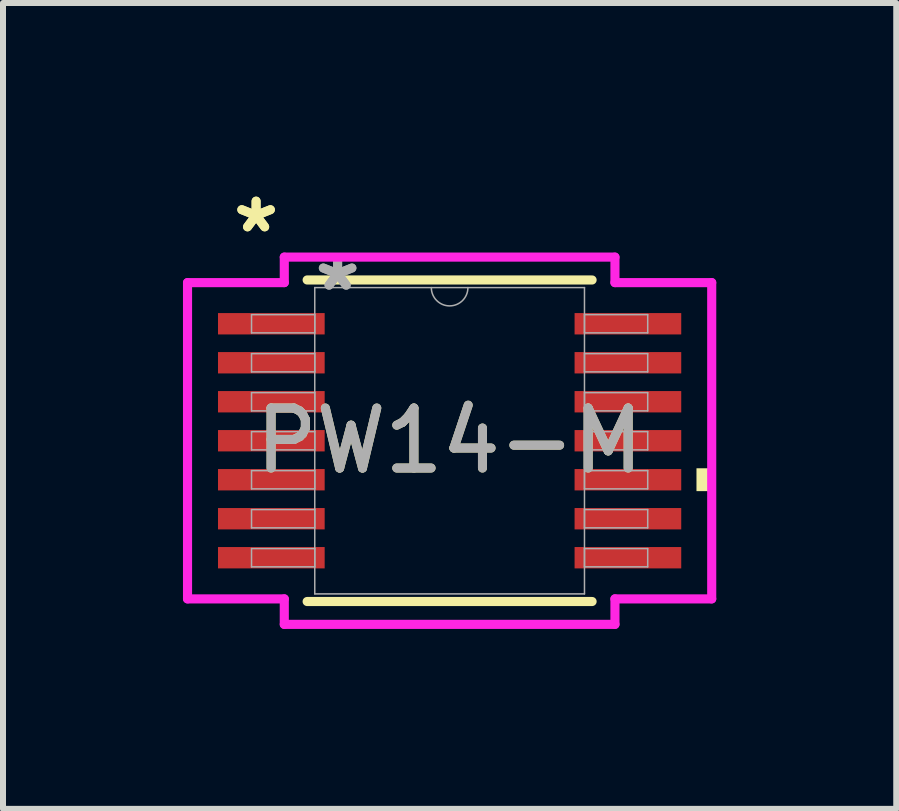
<source format=kicad_pcb>
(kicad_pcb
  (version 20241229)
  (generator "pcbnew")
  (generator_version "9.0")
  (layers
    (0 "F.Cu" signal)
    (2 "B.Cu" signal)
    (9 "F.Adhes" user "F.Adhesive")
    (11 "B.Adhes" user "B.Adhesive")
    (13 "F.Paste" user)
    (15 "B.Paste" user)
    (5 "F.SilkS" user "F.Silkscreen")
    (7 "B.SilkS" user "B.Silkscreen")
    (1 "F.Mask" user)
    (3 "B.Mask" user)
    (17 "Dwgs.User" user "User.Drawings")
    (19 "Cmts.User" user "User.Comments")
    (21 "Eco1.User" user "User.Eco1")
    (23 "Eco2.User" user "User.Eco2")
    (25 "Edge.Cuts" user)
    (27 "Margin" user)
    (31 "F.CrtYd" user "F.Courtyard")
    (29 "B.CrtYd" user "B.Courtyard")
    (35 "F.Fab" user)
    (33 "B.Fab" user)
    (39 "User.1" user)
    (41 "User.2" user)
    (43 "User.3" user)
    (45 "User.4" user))
  (footprint "PW14-M"
    (layer "F.Cu")
    (at 4.445 4.297)
    (property "Reference" "PW14-M" (at 0 0 0) (unlocked yes) (layer "F.SilkS") (effects (font (size 1 1) (thickness 0.15))))
    (attr smd)
    (fp_line (start -2.375 2.68) (end 2.375 2.68) (stroke (width 0.152) (type solid)) (layer "F.SilkS"))
    (fp_line (start 2.375 -2.68) (end -2.375 -2.68) (stroke (width 0.152) (type solid)) (layer "F.SilkS"))
    (fp_poly (pts (xy 4.369 0.459) (xy 4.369 0.84) (xy 4.115 0.84) (xy 4.115 0.459)) (stroke (width 0) (type solid)) (fill yes) (layer "F.SilkS"))
    (fp_line (start -4.369 -2.636) (end -2.756 -2.636) (stroke (width 0.152) (type solid)) (layer "F.CrtYd"))
    (fp_line (start -4.369 2.636) (end -4.369 -2.636) (stroke (width 0.152) (type solid)) (layer "F.CrtYd"))
    (fp_line (start -4.369 2.636) (end -2.756 2.636) (stroke (width 0.152) (type solid)) (layer "F.CrtYd"))
    (fp_line (start -2.756 -3.061) (end 2.756 -3.061) (stroke (width 0.152) (type solid)) (layer "F.CrtYd"))
    (fp_line (start -2.756 -2.636) (end -2.756 -3.061) (stroke (width 0.152) (type solid)) (layer "F.CrtYd"))
    (fp_line (start -2.756 3.061) (end -2.756 2.636) (stroke (width 0.152) (type solid)) (layer "F.CrtYd"))
    (fp_line (start 2.756 -3.061) (end 2.756 -2.636) (stroke (width 0.152) (type solid)) (layer "F.CrtYd"))
    (fp_line (start 2.756 2.636) (end 2.756 3.061) (stroke (width 0.152) (type solid)) (layer "F.CrtYd"))
    (fp_line (start 2.756 3.061) (end -2.756 3.061) (stroke (width 0.152) (type solid)) (layer "F.CrtYd"))
    (fp_line (start 4.369 -2.636) (end 2.756 -2.636) (stroke (width 0.152) (type solid)) (layer "F.CrtYd"))
    (fp_line (start 4.369 -2.636) (end 4.369 2.636) (stroke (width 0.152) (type solid)) (layer "F.CrtYd"))
    (fp_line (start 4.369 2.636) (end 2.756 2.636) (stroke (width 0.152) (type solid)) (layer "F.CrtYd"))
    (fp_line (start -3.302 -2.102) (end -3.302 -1.798) (stroke (width 0.025) (type solid)) (layer "F.Fab"))
    (fp_line (start -3.302 -1.798) (end -2.248 -1.798) (stroke (width 0.025) (type solid)) (layer "F.Fab"))
    (fp_line (start -3.302 -1.452) (end -3.302 -1.148) (stroke (width 0.025) (type solid)) (layer "F.Fab"))
    (fp_line (start -3.302 -1.148) (end -2.248 -1.148) (stroke (width 0.025) (type solid)) (layer "F.Fab"))
    (fp_line (start -3.302 -0.802) (end -3.302 -0.498) (stroke (width 0.025) (type solid)) (layer "F.Fab"))
    (fp_line (start -3.302 -0.498) (end -2.248 -0.498) (stroke (width 0.025) (type solid)) (layer "F.Fab"))
    (fp_line (start -3.302 -0.152) (end -3.302 0.152) (stroke (width 0.025) (type solid)) (layer "F.Fab"))
    (fp_line (start -3.302 0.152) (end -2.248 0.152) (stroke (width 0.025) (type solid)) (layer "F.Fab"))
    (fp_line (start -3.302 0.498) (end -3.302 0.802) (stroke (width 0.025) (type solid)) (layer "F.Fab"))
    (fp_line (start -3.302 0.802) (end -2.248 0.802) (stroke (width 0.025) (type solid)) (layer "F.Fab"))
    (fp_line (start -3.302 1.148) (end -3.302 1.452) (stroke (width 0.025) (type solid)) (layer "F.Fab"))
    (fp_line (start -3.302 1.452) (end -2.248 1.452) (stroke (width 0.025) (type solid)) (layer "F.Fab"))
    (fp_line (start -3.302 1.798) (end -3.302 2.102) (stroke (width 0.025) (type solid)) (layer "F.Fab"))
    (fp_line (start -3.302 2.102) (end -2.248 2.102) (stroke (width 0.025) (type solid)) (layer "F.Fab"))
    (fp_line (start -2.248 -2.553) (end -2.248 2.553) (stroke (width 0.025) (type solid)) (layer "F.Fab"))
    (fp_line (start -2.248 -2.102) (end -3.302 -2.102) (stroke (width 0.025) (type solid)) (layer "F.Fab"))
    (fp_line (start -2.248 -1.798) (end -2.248 -2.102) (stroke (width 0.025) (type solid)) (layer "F.Fab"))
    (fp_line (start -2.248 -1.452) (end -3.302 -1.452) (stroke (width 0.025) (type solid)) (layer "F.Fab"))
    (fp_line (start -2.248 -1.148) (end -2.248 -1.452) (stroke (width 0.025) (type solid)) (layer "F.Fab"))
    (fp_line (start -2.248 -0.802) (end -3.302 -0.802) (stroke (width 0.025) (type solid)) (layer "F.Fab"))
    (fp_line (start -2.248 -0.498) (end -2.248 -0.802) (stroke (width 0.025) (type solid)) (layer "F.Fab"))
    (fp_line (start -2.248 -0.152) (end -3.302 -0.152) (stroke (width 0.025) (type solid)) (layer "F.Fab"))
    (fp_line (start -2.248 0.152) (end -2.248 -0.152) (stroke (width 0.025) (type solid)) (layer "F.Fab"))
    (fp_line (start -2.248 0.498) (end -3.302 0.498) (stroke (width 0.025) (type solid)) (layer "F.Fab"))
    (fp_line (start -2.248 0.802) (end -2.248 0.498) (stroke (width 0.025) (type solid)) (layer "F.Fab"))
    (fp_line (start -2.248 1.148) (end -3.302 1.148) (stroke (width 0.025) (type solid)) (layer "F.Fab"))
    (fp_line (start -2.248 1.452) (end -2.248 1.148) (stroke (width 0.025) (type solid)) (layer "F.Fab"))
    (fp_line (start -2.248 1.798) (end -3.302 1.798) (stroke (width 0.025) (type solid)) (layer "F.Fab"))
    (fp_line (start -2.248 2.102) (end -2.248 1.798) (stroke (width 0.025) (type solid)) (layer "F.Fab"))
    (fp_line (start -2.248 2.553) (end 2.248 2.553) (stroke (width 0.025) (type solid)) (layer "F.Fab"))
    (fp_line (start 2.248 -2.553) (end -2.248 -2.553) (stroke (width 0.025) (type solid)) (layer "F.Fab"))
    (fp_line (start 2.248 -2.102) (end 2.248 -1.798) (stroke (width 0.025) (type solid)) (layer "F.Fab"))
    (fp_line (start 2.248 -1.798) (end 3.302 -1.798) (stroke (width 0.025) (type solid)) (layer "F.Fab"))
    (fp_line (start 2.248 -1.452) (end 2.248 -1.148) (stroke (width 0.025) (type solid)) (layer "F.Fab"))
    (fp_line (start 2.248 -1.148) (end 3.302 -1.148) (stroke (width 0.025) (type solid)) (layer "F.Fab"))
    (fp_line (start 2.248 -0.802) (end 2.248 -0.498) (stroke (width 0.025) (type solid)) (layer "F.Fab"))
    (fp_line (start 2.248 -0.498) (end 3.302 -0.498) (stroke (width 0.025) (type solid)) (layer "F.Fab"))
    (fp_line (start 2.248 -0.152) (end 2.248 0.152) (stroke (width 0.025) (type solid)) (layer "F.Fab"))
    (fp_line (start 2.248 0.152) (end 3.302 0.152) (stroke (width 0.025) (type solid)) (layer "F.Fab"))
    (fp_line (start 2.248 0.498) (end 2.248 0.802) (stroke (width 0.025) (type solid)) (layer "F.Fab"))
    (fp_line (start 2.248 0.802) (end 3.302 0.802) (stroke (width 0.025) (type solid)) (layer "F.Fab"))
    (fp_line (start 2.248 1.148) (end 2.248 1.452) (stroke (width 0.025) (type solid)) (layer "F.Fab"))
    (fp_line (start 2.248 1.452) (end 3.302 1.452) (stroke (width 0.025) (type solid)) (layer "F.Fab"))
    (fp_line (start 2.248 1.798) (end 2.248 2.102) (stroke (width 0.025) (type solid)) (layer "F.Fab"))
    (fp_line (start 2.248 2.102) (end 3.302 2.102) (stroke (width 0.025) (type solid)) (layer "F.Fab"))
    (fp_line (start 2.248 2.553) (end 2.248 -2.553) (stroke (width 0.025) (type solid)) (layer "F.Fab"))
    (fp_line (start 3.302 -2.102) (end 2.248 -2.102) (stroke (width 0.025) (type solid)) (layer "F.Fab"))
    (fp_line (start 3.302 -1.798) (end 3.302 -2.102) (stroke (width 0.025) (type solid)) (layer "F.Fab"))
    (fp_line (start 3.302 -1.452) (end 2.248 -1.452) (stroke (width 0.025) (type solid)) (layer "F.Fab"))
    (fp_line (start 3.302 -1.148) (end 3.302 -1.452) (stroke (width 0.025) (type solid)) (layer "F.Fab"))
    (fp_line (start 3.302 -0.802) (end 2.248 -0.802) (stroke (width 0.025) (type solid)) (layer "F.Fab"))
    (fp_line (start 3.302 -0.498) (end 3.302 -0.802) (stroke (width 0.025) (type solid)) (layer "F.Fab"))
    (fp_line (start 3.302 -0.152) (end 2.248 -0.152) (stroke (width 0.025) (type solid)) (layer "F.Fab"))
    (fp_line (start 3.302 0.152) (end 3.302 -0.152) (stroke (width 0.025) (type solid)) (layer "F.Fab"))
    (fp_line (start 3.302 0.498) (end 2.248 0.498) (stroke (width 0.025) (type solid)) (layer "F.Fab"))
    (fp_line (start 3.302 0.802) (end 3.302 0.498) (stroke (width 0.025) (type solid)) (layer "F.Fab"))
    (fp_line (start 3.302 1.148) (end 2.248 1.148) (stroke (width 0.025) (type solid)) (layer "F.Fab"))
    (fp_line (start 3.302 1.452) (end 3.302 1.148) (stroke (width 0.025) (type solid)) (layer "F.Fab"))
    (fp_line (start 3.302 1.798) (end 2.248 1.798) (stroke (width 0.025) (type solid)) (layer "F.Fab"))
    (fp_line (start 3.302 2.102) (end 3.302 1.798) (stroke (width 0.025) (type solid)) (layer "F.Fab"))
    (fp_arc (start 0.3048 -2.5527) (mid 0 -2.2479) (end -0.3048 -2.5527) (stroke (width 0.0254) (type solid)) (layer "F.Fab"))
    (fp_text user "*" (at -3.226 -3.449 0) (unlocked yes) (layer "F.SilkS") (effects (font (size 1 1) (thickness 0.15))))
    (fp_text user "*" (at -3.226 -3.449 0) (layer "F.SilkS") (effects (font (size 1 1) (thickness 0.15))))
    (fp_text user "${REFERENCE}" (at 0 0 0) (unlocked yes) (layer "F.Fab") (effects (font (size 1 1) (thickness 0.15))))
    (fp_text user "*" (at -1.867 -2.477 0) (unlocked yes) (layer "F.Fab") (effects (font (size 1 1) (thickness 0.15))))
    (fp_text user "*" (at -1.867 -2.477 0) (layer "F.Fab") (effects (font (size 1 1) (thickness 0.15))))
    (pad "1" smd rect (at -2.972 -1.95) (size 1.778 0.356) (layers "F.Cu" "F.Mask" "F.Paste"))
    (pad "2" smd rect (at -2.972 -1.3) (size 1.778 0.356) (layers "F.Cu" "F.Mask" "F.Paste"))
    (pad "3" smd rect (at -2.972 -0.65) (size 1.778 0.356) (layers "F.Cu" "F.Mask" "F.Paste"))
    (pad "4" smd rect (at -2.972 0) (size 1.778 0.356) (layers "F.Cu" "F.Mask" "F.Paste"))
    (pad "5" smd rect (at -2.972 0.65) (size 1.778 0.356) (layers "F.Cu" "F.Mask" "F.Paste"))
    (pad "6" smd rect (at -2.972 1.3) (size 1.778 0.356) (layers "F.Cu" "F.Mask" "F.Paste"))
    (pad "7" smd rect (at -2.972 1.95) (size 1.778 0.356) (layers "F.Cu" "F.Mask" "F.Paste"))
    (pad "8" smd rect (at 2.972 1.95) (size 1.778 0.356) (layers "F.Cu" "F.Mask" "F.Paste"))
    (pad "9" smd rect (at 2.972 1.3) (size 1.778 0.356) (layers "F.Cu" "F.Mask" "F.Paste"))
    (pad "10" smd rect (at 2.972 0.65) (size 1.778 0.356) (layers "F.Cu" "F.Mask" "F.Paste"))
    (pad "11" smd rect (at 2.972 0) (size 1.778 0.356) (layers "F.Cu" "F.Mask" "F.Paste"))
    (pad "12" smd rect (at 2.972 -0.65) (size 1.778 0.356) (layers "F.Cu" "F.Mask" "F.Paste"))
    (pad "13" smd rect (at 2.972 -1.3) (size 1.778 0.356) (layers "F.Cu" "F.Mask" "F.Paste"))
    (pad "14" smd rect (at 2.972 -1.95) (size 1.778 0.356) (layers "F.Cu" "F.Mask" "F.Paste")))
  (gr_rect
    (start -3 -3)
    (end 11.89 10.434)
    (stroke (width 0.1) (type default))
    (fill no)
    (layer "Edge.Cuts")))
</source>
